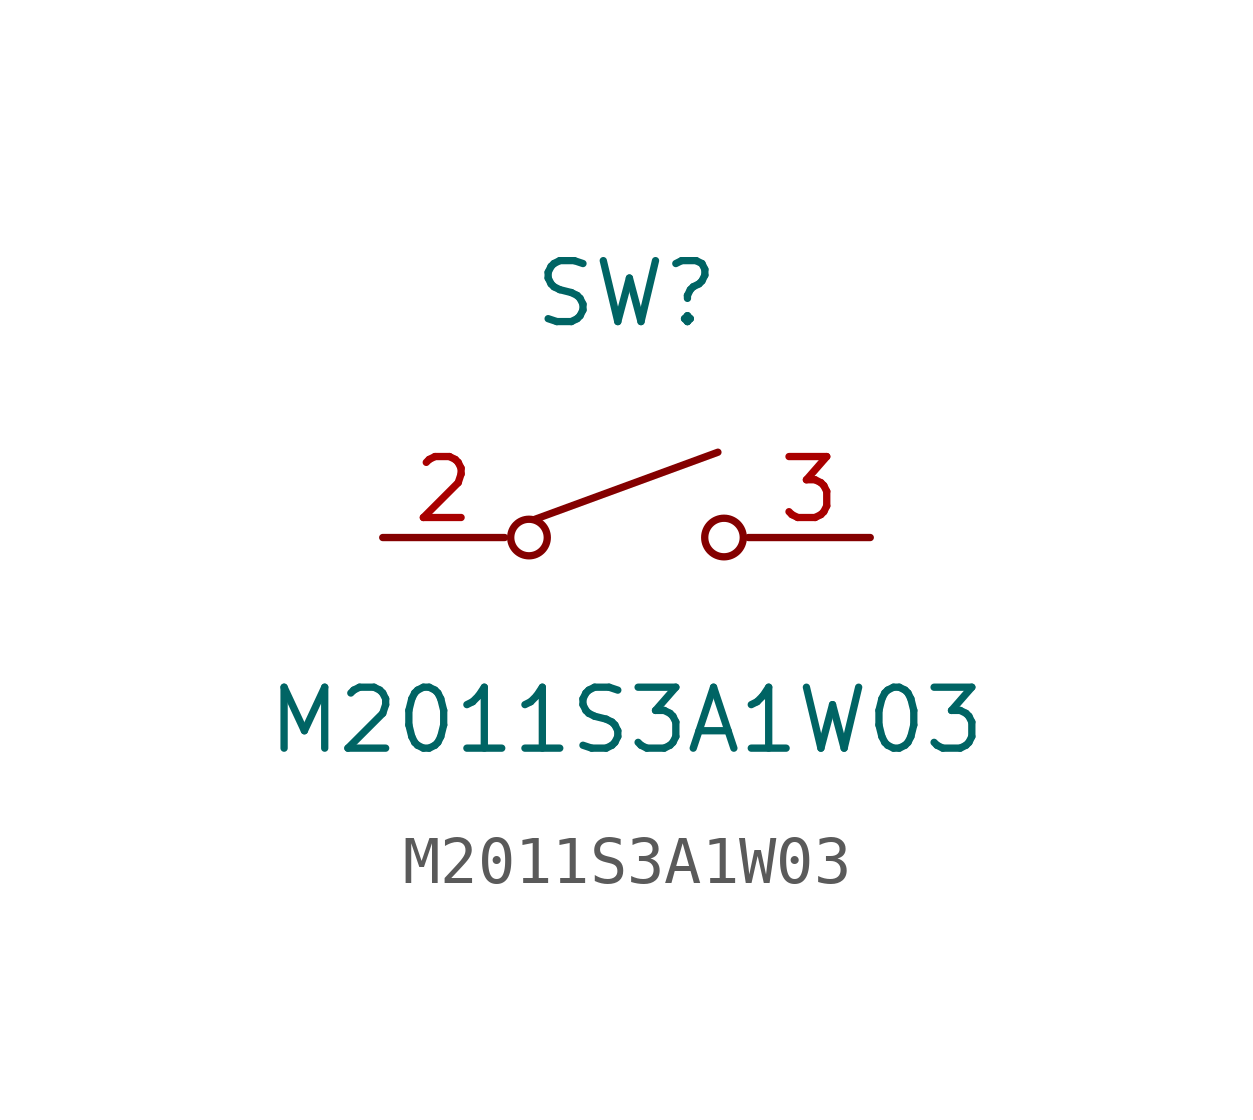
<source format=kicad_sym>
(kicad_symbol_lib
  (version 20220914)
  (generator kicad_symbol_editor)
  (symbol "M2011S3A1W03"
    (pin_names hide)
    (property "Reference" "SW"
      (at 0 5.08 0)
      (effects (font (size 1.27 1.27))))
    (property "Value" "M2011S3A1W03"
      (at 0 -3.81 0)
      (effects (font (size 1.27 1.27))))
    (symbol "M2011S3A1W03_0_1"
      (circle (center -2.032 0) (radius 0.381) (stroke (width 0) (type default)) (fill (type none)))
      (polyline (pts (xy -1.905 0.381) (xy 1.905 1.778)) (stroke (width 0) (type default)) (fill (type none)))
      (circle (center 2.032 0) (radius 0.402) (stroke (width 0) (type default)) (fill (type none))))
    (symbol "M2011S3A1W03_1_1"
      (pin passive line (at -5.08 0 0) (length 2.54) (name "A" (effects (font (size 1.27 1.27)))) (number "2" (effects (font (size 1.27 1.27)))))
      (pin passive line (at 5.08 0 180) (length 2.54) (name "B" (effects (font (size 1.27 1.27)))) (number "3" (effects (font (size 1.27 1.27))))))))
</source>
